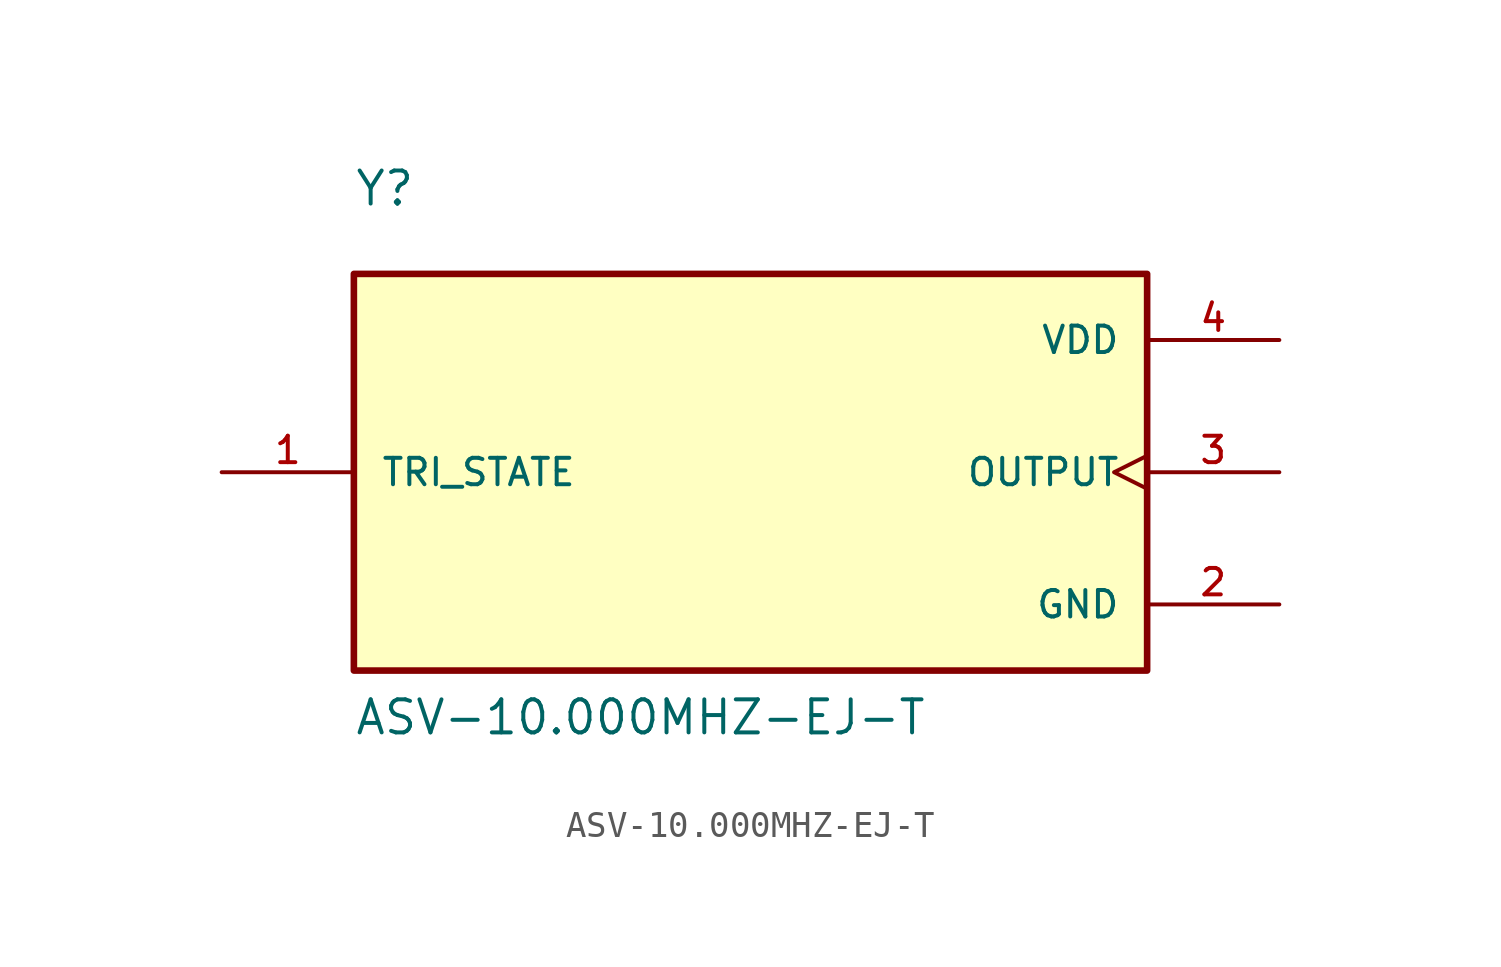
<source format=kicad_sym>
(kicad_symbol_lib
  (version 20211014)
  (generator kicad_symbol_editor)
  (symbol "ASV-10.000MHZ-EJ-T"
    (pin_names
      (offset 1.016))
    (property "Reference" "Y"
      (at -15.24 10.16 0)
      (effects (font (size 1.27 1.27)) (justify bottom left)))
    (property "Value" "ASV-10.000MHZ-EJ-T"
      (at -15.24 -10.16 0)
      (effects (font (size 1.27 1.27)) (justify bottom left)))
    (symbol "ASV-10.000MHZ-EJ-T_0_0"
      (rectangle (start -15.24 -7.62) (end 15.24 7.62) (stroke (width 0.254)) (fill (type background)))
      (pin power_in line (at 20.32 5.08 180.0) (length 5.08) (name "VDD" (effects (font (size 1.016 1.016)))) (number "4" (effects (font (size 1.016 1.016)))))
      (pin input line (at -20.32 0.0 0) (length 5.08) (name "TRI_STATE" (effects (font (size 1.016 1.016)))) (number "1" (effects (font (size 1.016 1.016)))))
      (pin power_in line (at 20.32 -5.08 180.0) (length 5.08) (name "GND" (effects (font (size 1.016 1.016)))) (number "2" (effects (font (size 1.016 1.016)))))
      (pin output clock (at 20.32 0.0 180.0) (length 5.08) (name "OUTPUT" (effects (font (size 1.016 1.016)))) (number "3" (effects (font (size 1.016 1.016))))))))
</source>
